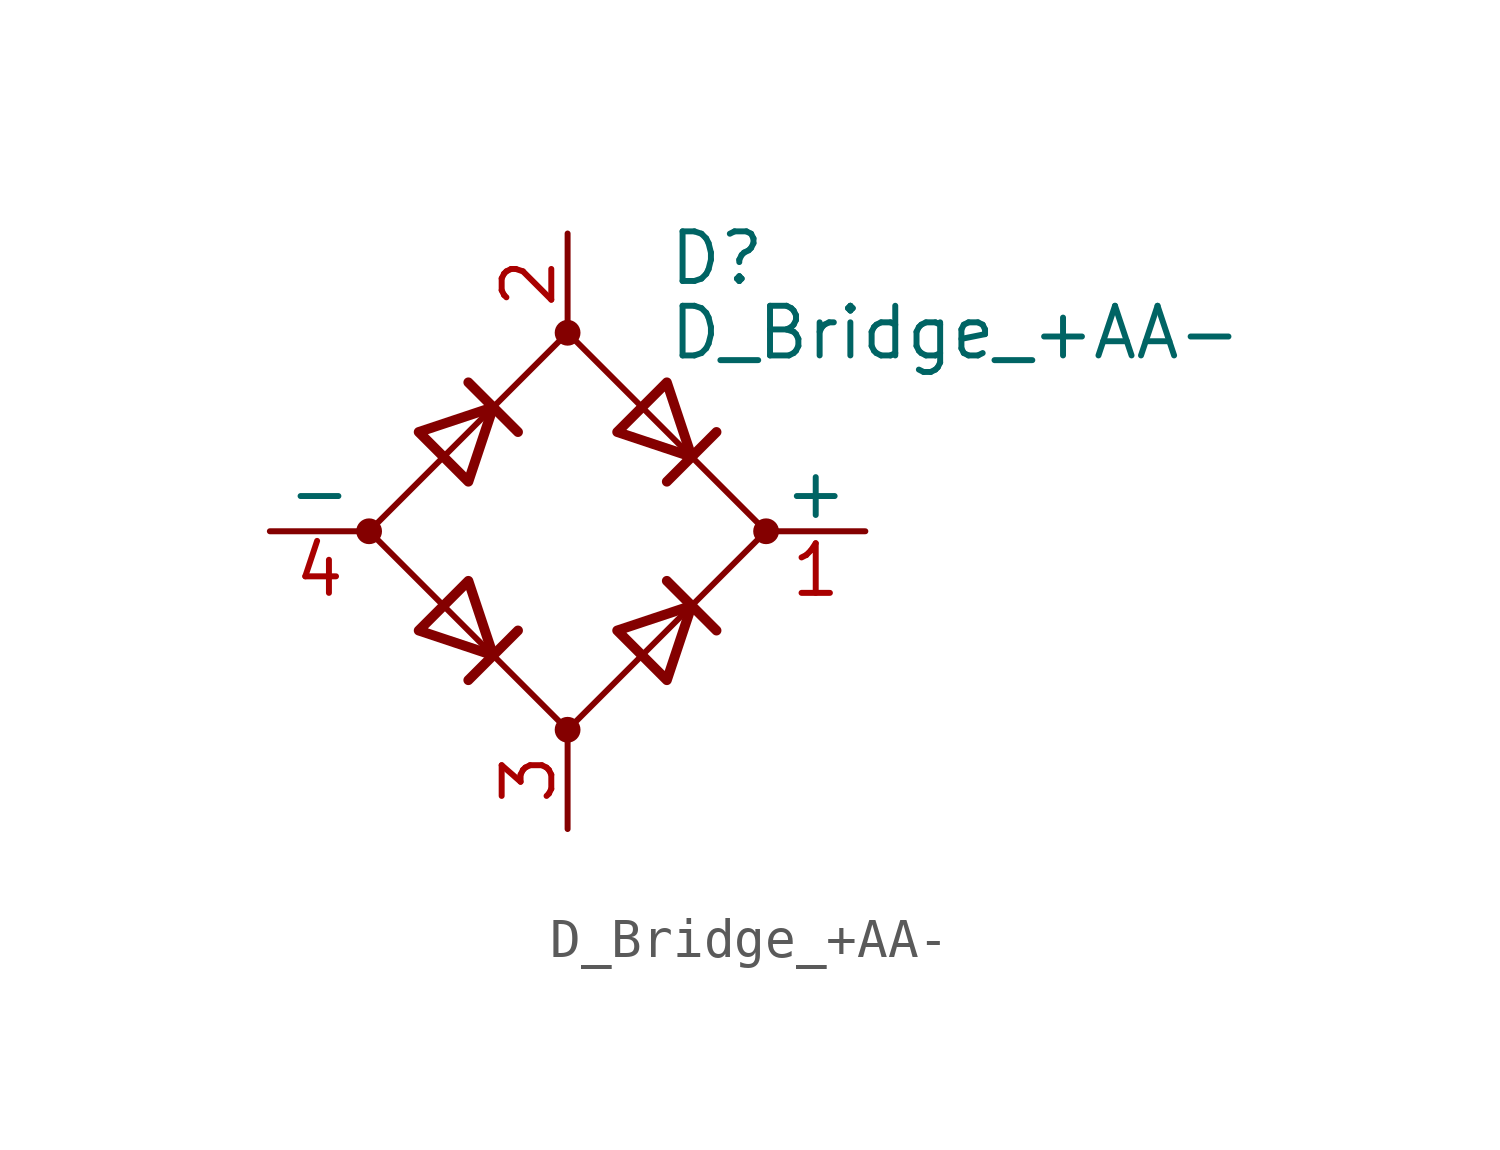
<source format=kicad_sym>
(kicad_symbol_lib
  (version 20241209)
  (generator "kicad_symbol_editor")
  (generator_version "9.0")
  (symbol "D_Bridge_+AA-"
    (pin_names
      (offset 0))
    (property "Reference" "D"
      (at 2.54 6.985 0)
      (effects (font (size 1.27 1.27)) (justify left)))
    (property "Value" "D_Bridge_+AA-"
      (at 2.54 5.08 0)
      (effects (font (size 1.27 1.27)) (justify left)))
    (symbol "D_Bridge_+AA-_0_1"
      (circle (center -5.08 0) (radius 0.254) (stroke (width 0) (type solid)) (fill (type outline)))
      (polyline (pts (xy -5.08 0) (xy 0 -5.08) (xy 5.08 0) (xy 0 5.08) (xy -5.08 0)) (stroke (width 0) (type solid)) (fill (type none)))
      (polyline (pts (xy -3.81 2.54) (xy -2.54 1.27) (xy -1.905 3.175) (xy -3.81 2.54)) (stroke (width 0.254) (type solid)) (fill (type none)))
      (polyline (pts (xy -2.54 3.81) (xy -1.27 2.54)) (stroke (width 0.254) (type solid)) (fill (type none)))
      (polyline (pts (xy -2.54 -1.27) (xy -3.81 -2.54) (xy -1.905 -3.175) (xy -2.54 -1.27)) (stroke (width 0.254) (type solid)) (fill (type none)))
      (polyline (pts (xy -1.27 -2.54) (xy -2.54 -3.81)) (stroke (width 0.254) (type solid)) (fill (type none)))
      (circle (center 0 5.08) (radius 0.254) (stroke (width 0) (type solid)) (fill (type outline)))
      (circle (center 0 -5.08) (radius 0.254) (stroke (width 0) (type solid)) (fill (type outline)))
      (polyline (pts (xy 1.27 2.54) (xy 2.54 3.81) (xy 3.175 1.905) (xy 1.27 2.54)) (stroke (width 0.254) (type solid)) (fill (type none)))
      (polyline (pts (xy 2.54 1.27) (xy 3.81 2.54)) (stroke (width 0.254) (type solid)) (fill (type none)))
      (polyline (pts (xy 2.54 -1.27) (xy 3.81 -2.54)) (stroke (width 0.254) (type solid)) (fill (type none)))
      (polyline (pts (xy 3.175 -1.905) (xy 1.27 -2.54) (xy 2.54 -3.81) (xy 3.175 -1.905)) (stroke (width 0.254) (type solid)) (fill (type none)))
      (circle (center 5.08 0) (radius 0.254) (stroke (width 0) (type solid)) (fill (type outline))))
    (symbol "D_Bridge_+AA-_1_1"
      (pin passive line (at -7.62 0 0) (length 2.54) (name "-" (effects (font (size 1.27 1.27)))) (number "4" (effects (font (size 1.27 1.27)))))
      (pin passive line (at 0 7.62 270) (length 2.54) (name "~" (effects (font (size 1.27 1.27)))) (number "2" (effects (font (size 1.27 1.27)))))
      (pin passive line (at 0 -7.62 90) (length 2.54) (name "~" (effects (font (size 1.27 1.27)))) (number "3" (effects (font (size 1.27 1.27)))))
      (pin passive line (at 7.62 0 180) (length 2.54) (name "+" (effects (font (size 1.27 1.27)))) (number "1" (effects (font (size 1.27 1.27))))))))
</source>
